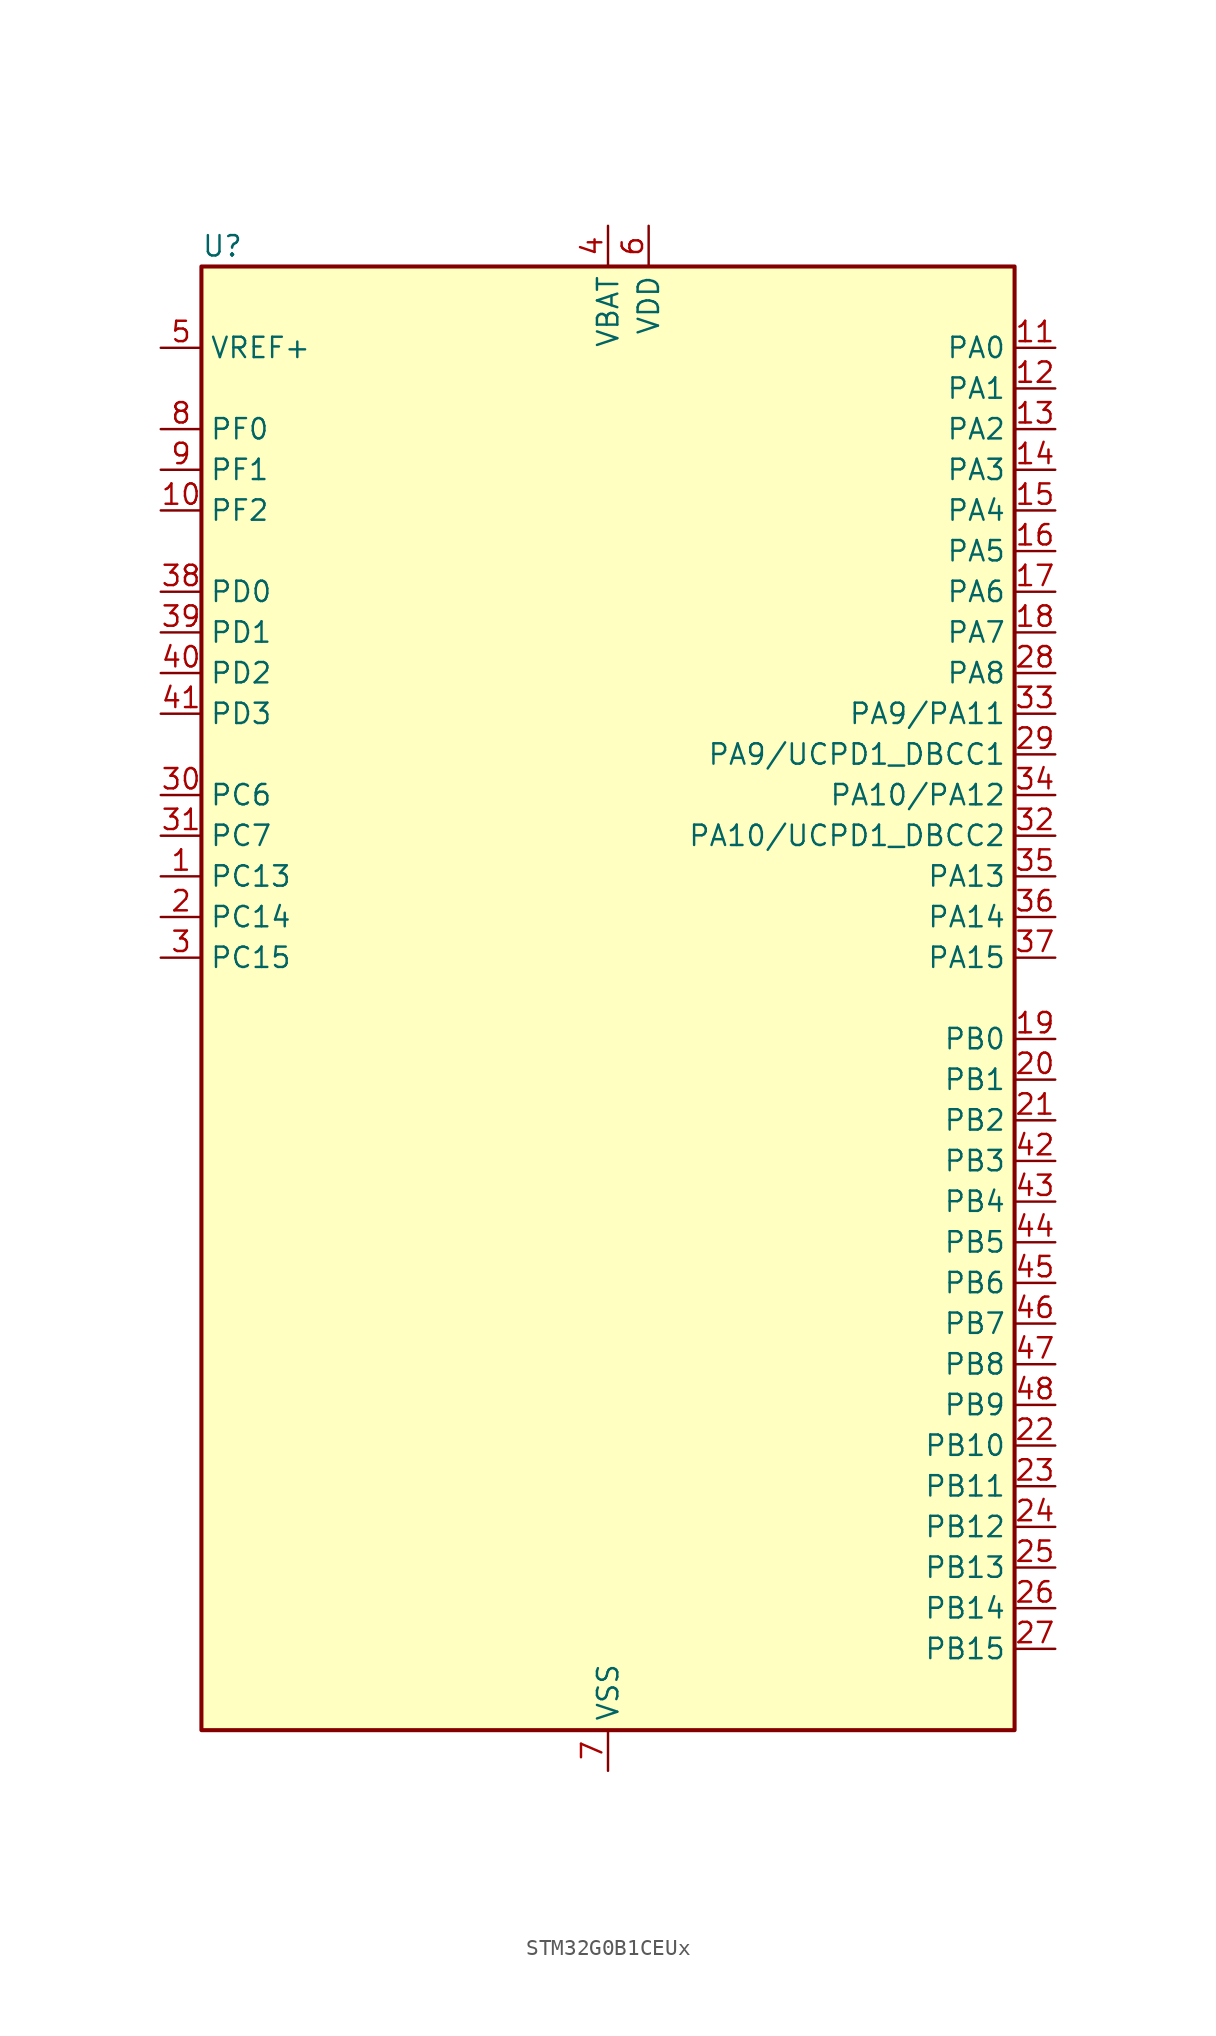
<source format=kicad_sym>
(kicad_symbol_lib
  (version 20241209)
  (generator "kicad_symbol_editor")
  (generator_version "9.0")
  (symbol "STM32G0B1CEUx"
    (property "Reference" "U"
      (at -25.4 46.99 0)
      (effects (font (size 1.27 1.27)) (justify left)))
    (property "Value" ""
      (at 5.08 46.99 0)
      (effects (font (size 1.27 1.27)) (justify left)))
    (symbol "STM32G0B1CEUx_0_1"
      (rectangle (start -25.4 -45.72) (end 25.4 45.72) (stroke (width 0.254) (type default)) (fill (type background))))
    (symbol "STM32G0B1CEUx_1_1"
      (pin input line (at -27.94 40.64 0) (length 2.54) (name "VREF+" (effects (font (size 1.27 1.27)))) (number "5" (effects (font (size 1.27 1.27)))) (alternate "VREFBUF_OUT" bidirectional line))
      (pin bidirectional line (at -27.94 35.56 0) (length 2.54) (name "PF0" (effects (font (size 1.27 1.27)))) (number "8" (effects (font (size 1.27 1.27)))) (alternate "CRS1_SYNC" bidirectional line) (alternate "RCC_OSC_IN" bidirectional line) (alternate "TIM14_CH1" bidirectional line))
      (pin bidirectional line (at -27.94 33.02 0) (length 2.54) (name "PF1" (effects (font (size 1.27 1.27)))) (number "9" (effects (font (size 1.27 1.27)))) (alternate "RCC_OSC_EN" bidirectional line) (alternate "RCC_OSC_OUT" bidirectional line) (alternate "TIM15_CH1N" bidirectional line))
      (pin bidirectional line (at -27.94 30.48 0) (length 2.54) (name "PF2" (effects (font (size 1.27 1.27)))) (number "10" (effects (font (size 1.27 1.27)))) (alternate "LPUART2_DE" bidirectional line) (alternate "LPUART2_RTS" bidirectional line) (alternate "LPUART2_TX" bidirectional line) (alternate "RCC_MCO" bidirectional line))
      (pin bidirectional line (at -27.94 25.4 0) (length 2.54) (name "PD0" (effects (font (size 1.27 1.27)))) (number "38" (effects (font (size 1.27 1.27)))) (alternate "FDCAN1_RX" bidirectional line) (alternate "I2S2_WS" bidirectional line) (alternate "SPI2_NSS" bidirectional line) (alternate "TIM16_CH1" bidirectional line) (alternate "UCPD2_CC1" bidirectional line))
      (pin bidirectional line (at -27.94 22.86 0) (length 2.54) (name "PD1" (effects (font (size 1.27 1.27)))) (number "39" (effects (font (size 1.27 1.27)))) (alternate "FDCAN1_TX" bidirectional line) (alternate "I2S2_CK" bidirectional line) (alternate "SPI2_SCK" bidirectional line) (alternate "TIM17_CH1" bidirectional line) (alternate "UCPD2_DBCC1" bidirectional line))
      (pin bidirectional line (at -27.94 20.32 0) (length 2.54) (name "PD2" (effects (font (size 1.27 1.27)))) (number "40" (effects (font (size 1.27 1.27)))) (alternate "TIM1_CH1N" bidirectional line) (alternate "TIM3_ETR" bidirectional line) (alternate "UCPD2_CC2" bidirectional line) (alternate "USART3_CK" bidirectional line) (alternate "USART3_DE" bidirectional line) (alternate "USART3_RTS" bidirectional line) (alternate "USART5_RX" bidirectional line))
      (pin bidirectional line (at -27.94 17.78 0) (length 2.54) (name "PD3" (effects (font (size 1.27 1.27)))) (number "41" (effects (font (size 1.27 1.27)))) (alternate "I2S2_MCK" bidirectional line) (alternate "SPI2_MISO" bidirectional line) (alternate "TIM1_CH2N" bidirectional line) (alternate "UCPD2_DBCC2" bidirectional line) (alternate "USART2_CTS" bidirectional line) (alternate "USART2_NSS" bidirectional line) (alternate "USART5_TX" bidirectional line))
      (pin bidirectional line (at -27.94 12.7 0) (length 2.54) (name "PC6" (effects (font (size 1.27 1.27)))) (number "30" (effects (font (size 1.27 1.27)))) (alternate "LPUART2_TX" bidirectional line) (alternate "TIM2_CH3" bidirectional line) (alternate "TIM3_CH1" bidirectional line) (alternate "UCPD1_FRSTX1" bidirectional line) (alternate "UCPD1_FRSTX2" bidirectional line))
      (pin bidirectional line (at -27.94 10.16 0) (length 2.54) (name "PC7" (effects (font (size 1.27 1.27)))) (number "31" (effects (font (size 1.27 1.27)))) (alternate "LPUART2_RX" bidirectional line) (alternate "TIM2_CH4" bidirectional line) (alternate "TIM3_CH2" bidirectional line) (alternate "UCPD2_FRSTX1" bidirectional line) (alternate "UCPD2_FRSTX2" bidirectional line))
      (pin bidirectional line (at -27.94 7.62 0) (length 2.54) (name "PC13" (effects (font (size 1.27 1.27)))) (number "1" (effects (font (size 1.27 1.27)))) (alternate "RTC_OUT1" bidirectional line) (alternate "RTC_TAMP_IN1" bidirectional line) (alternate "RTC_TS" bidirectional line) (alternate "SYS_WKUP2" bidirectional line) (alternate "TIM1_BK" bidirectional line))
      (pin bidirectional line (at -27.94 5.08 0) (length 2.54) (name "PC14" (effects (font (size 1.27 1.27)))) (number "2" (effects (font (size 1.27 1.27)))) (alternate "RCC_OSC32_IN" bidirectional line) (alternate "TIM1_BK2" bidirectional line))
      (pin bidirectional line (at -27.94 2.54 0) (length 2.54) (name "PC15" (effects (font (size 1.27 1.27)))) (number "3" (effects (font (size 1.27 1.27)))) (alternate "RCC_OSC32_EN" bidirectional line) (alternate "RCC_OSC32_OUT" bidirectional line) (alternate "RCC_OSC_EN" bidirectional line) (alternate "TIM15_BK" bidirectional line))
      (pin power_in line (at 0 48.26 270) (length 2.54) (name "VBAT" (effects (font (size 1.27 1.27)))) (number "4" (effects (font (size 1.27 1.27)))))
      (pin passive line (at 0 -48.26 90) (length 2.54) (hide yes) (name "VSS" (effects (font (size 1.27 1.27)))) (number "49" (effects (font (size 1.27 1.27)))))
      (pin power_in line (at 0 -48.26 90) (length 2.54) (name "VSS" (effects (font (size 1.27 1.27)))) (number "7" (effects (font (size 1.27 1.27)))))
      (pin power_in line (at 2.54 48.26 270) (length 2.54) (name "VDD" (effects (font (size 1.27 1.27)))) (number "6" (effects (font (size 1.27 1.27)))))
      (pin bidirectional line (at 27.94 40.64 180) (length 2.54) (name "PA0" (effects (font (size 1.27 1.27)))) (number "11" (effects (font (size 1.27 1.27)))) (alternate "ADC1_IN0" bidirectional line) (alternate "COMP1_INM" bidirectional line) (alternate "COMP1_OUT" bidirectional line) (alternate "I2S2_CK" bidirectional line) (alternate "LPTIM1_OUT" bidirectional line) (alternate "RTC_TAMP_IN2" bidirectional line) (alternate "SPI2_SCK" bidirectional line) (alternate "SYS_WKUP1" bidirectional line) (alternate "TIM2_CH1" bidirectional line) (alternate "TIM2_ETR" bidirectional line) (alternate "UCPD2_FRSTX1" bidirectional line) (alternate "UCPD2_FRSTX2" bidirectional line) (alternate "USART2_CTS" bidirectional line) (alternate "USART2_NSS" bidirectional line) (alternate "USART4_TX" bidirectional line))
      (pin bidirectional line (at 27.94 38.1 180) (length 2.54) (name "PA1" (effects (font (size 1.27 1.27)))) (number "12" (effects (font (size 1.27 1.27)))) (alternate "ADC1_IN1" bidirectional line) (alternate "COMP1_INP" bidirectional line) (alternate "I2C1_SMBA" bidirectional line) (alternate "I2S1_CK" bidirectional line) (alternate "SPI1_SCK" bidirectional line) (alternate "TIM15_CH1N" bidirectional line) (alternate "TIM2_CH2" bidirectional line) (alternate "USART2_CK" bidirectional line) (alternate "USART2_DE" bidirectional line) (alternate "USART2_RTS" bidirectional line) (alternate "USART4_RX" bidirectional line))
      (pin bidirectional line (at 27.94 35.56 180) (length 2.54) (name "PA2" (effects (font (size 1.27 1.27)))) (number "13" (effects (font (size 1.27 1.27)))) (alternate "ADC1_IN2" bidirectional line) (alternate "COMP2_INM" bidirectional line) (alternate "COMP2_OUT" bidirectional line) (alternate "I2S1_SD" bidirectional line) (alternate "LPUART1_TX" bidirectional line) (alternate "RCC_LSCO" bidirectional line) (alternate "SPI1_MOSI" bidirectional line) (alternate "SYS_WKUP4" bidirectional line) (alternate "TIM15_CH1" bidirectional line) (alternate "TIM2_CH3" bidirectional line) (alternate "UCPD1_FRSTX1" bidirectional line) (alternate "UCPD1_FRSTX2" bidirectional line) (alternate "USART2_TX" bidirectional line))
      (pin bidirectional line (at 27.94 33.02 180) (length 2.54) (name "PA3" (effects (font (size 1.27 1.27)))) (number "14" (effects (font (size 1.27 1.27)))) (alternate "ADC1_IN3" bidirectional line) (alternate "COMP2_INP" bidirectional line) (alternate "I2S2_MCK" bidirectional line) (alternate "LPUART1_RX" bidirectional line) (alternate "SPI2_MISO" bidirectional line) (alternate "TIM15_CH2" bidirectional line) (alternate "TIM2_CH4" bidirectional line) (alternate "UCPD2_FRSTX1" bidirectional line) (alternate "UCPD2_FRSTX2" bidirectional line) (alternate "USART2_RX" bidirectional line))
      (pin bidirectional line (at 27.94 30.48 180) (length 2.54) (name "PA4" (effects (font (size 1.27 1.27)))) (number "15" (effects (font (size 1.27 1.27)))) (alternate "ADC1_IN4" bidirectional line) (alternate "DAC1_OUT1" bidirectional line) (alternate "I2S1_WS" bidirectional line) (alternate "I2S2_SD" bidirectional line) (alternate "LPTIM2_OUT" bidirectional line) (alternate "RTC_OUT2" bidirectional line) (alternate "SPI1_NSS" bidirectional line) (alternate "SPI2_MOSI" bidirectional line) (alternate "SPI3_NSS" bidirectional line) (alternate "TIM14_CH1" bidirectional line) (alternate "UCPD2_FRSTX1" bidirectional line) (alternate "UCPD2_FRSTX2" bidirectional line) (alternate "USART6_TX" bidirectional line) (alternate "USB_NOE" bidirectional line))
      (pin bidirectional line (at 27.94 27.94 180) (length 2.54) (name "PA5" (effects (font (size 1.27 1.27)))) (number "16" (effects (font (size 1.27 1.27)))) (alternate "ADC1_IN5" bidirectional line) (alternate "CEC" bidirectional line) (alternate "DAC1_OUT2" bidirectional line) (alternate "I2S1_CK" bidirectional line) (alternate "LPTIM2_ETR" bidirectional line) (alternate "SPI1_SCK" bidirectional line) (alternate "TIM2_CH1" bidirectional line) (alternate "TIM2_ETR" bidirectional line) (alternate "UCPD1_FRSTX1" bidirectional line) (alternate "UCPD1_FRSTX2" bidirectional line) (alternate "USART3_TX" bidirectional line) (alternate "USART6_RX" bidirectional line))
      (pin bidirectional line (at 27.94 25.4 180) (length 2.54) (name "PA6" (effects (font (size 1.27 1.27)))) (number "17" (effects (font (size 1.27 1.27)))) (alternate "ADC1_IN6" bidirectional line) (alternate "COMP1_OUT" bidirectional line) (alternate "I2C2_SDA" bidirectional line) (alternate "I2C3_SDA" bidirectional line) (alternate "I2S1_MCK" bidirectional line) (alternate "LPUART1_CTS" bidirectional line) (alternate "SPI1_MISO" bidirectional line) (alternate "TIM16_CH1" bidirectional line) (alternate "TIM1_BK" bidirectional line) (alternate "TIM3_CH1" bidirectional line) (alternate "USART3_CTS" bidirectional line) (alternate "USART3_NSS" bidirectional line) (alternate "USART6_CTS" bidirectional line) (alternate "USART6_NSS" bidirectional line))
      (pin bidirectional line (at 27.94 22.86 180) (length 2.54) (name "PA7" (effects (font (size 1.27 1.27)))) (number "18" (effects (font (size 1.27 1.27)))) (alternate "ADC1_IN7" bidirectional line) (alternate "COMP2_OUT" bidirectional line) (alternate "I2C2_SCL" bidirectional line) (alternate "I2C3_SCL" bidirectional line) (alternate "I2S1_SD" bidirectional line) (alternate "SPI1_MOSI" bidirectional line) (alternate "TIM14_CH1" bidirectional line) (alternate "TIM17_CH1" bidirectional line) (alternate "TIM1_CH1N" bidirectional line) (alternate "TIM3_CH2" bidirectional line) (alternate "UCPD1_FRSTX1" bidirectional line) (alternate "UCPD1_FRSTX2" bidirectional line) (alternate "USART6_CK" bidirectional line) (alternate "USART6_DE" bidirectional line) (alternate "USART6_RTS" bidirectional line))
      (pin bidirectional line (at 27.94 20.32 180) (length 2.54) (name "PA8" (effects (font (size 1.27 1.27)))) (number "28" (effects (font (size 1.27 1.27)))) (alternate "CRS1_SYNC" bidirectional line) (alternate "I2C2_SMBA" bidirectional line) (alternate "I2S2_WS" bidirectional line) (alternate "LPTIM2_OUT" bidirectional line) (alternate "RCC_MCO" bidirectional line) (alternate "SPI2_NSS" bidirectional line) (alternate "TIM1_CH1" bidirectional line) (alternate "UCPD1_CC1" bidirectional line))
      (pin bidirectional line (at 27.94 17.78 180) (length 2.54) (name "PA9/PA11" (effects (font (size 1.27 1.27)))) (number "33" (effects (font (size 1.27 1.27)))) (alternate "ADC1_EXTI11 (PA11)" bidirectional line) (alternate "COMP1_OUT (PA11)" bidirectional line) (alternate "DAC1_EXTI9 (PA9)" bidirectional line) (alternate "FDCAN1_RX (PA11)" bidirectional line) (alternate "I2C1_SCL (PA9)" bidirectional line) (alternate "I2C2_SCL (PA11)" bidirectional line) (alternate "I2C2_SCL (PA9)" bidirectional line) (alternate "I2S1_MCK (PA11)" bidirectional line) (alternate "I2S2_MCK (PA9)" bidirectional line) (alternate "PA11" bidirectional line) (alternate "PA9" bidirectional line) (alternate "RCC_MCO (PA9)" bidirectional line) (alternate "SPI1_MISO (PA11)" bidirectional line) (alternate "SPI2_MISO (PA9)" bidirectional line) (alternate "TIM15_BK (PA9)" bidirectional line) (alternate "TIM1_BK2 (PA11)" bidirectional line) (alternate "TIM1_CH2 (PA9)" bidirectional line) (alternate "TIM1_CH4 (PA11)" bidirectional line) (alternate "UCPD1_DBCC1 (PA9)" bidirectional line) (alternate "USART1_CTS (PA11)" bidirectional line) (alternate "USART1_NSS (PA11)" bidirectional line) (alternate "USART1_TX (PA9)" bidirectional line) (alternate "USB_DM (PA11)" bidirectional line))
      (pin bidirectional line (at 27.94 15.24 180) (length 2.54) (name "PA9/UCPD1_DBCC1" (effects (font (size 1.27 1.27)))) (number "29" (effects (font (size 1.27 1.27)))) (alternate "DAC1_EXTI9 (PA9)" bidirectional line) (alternate "I2C1_SCL (PA9)" bidirectional line) (alternate "I2C2_SCL (PA9)" bidirectional line) (alternate "I2S2_MCK (PA9)" bidirectional line) (alternate "PA9" bidirectional line) (alternate "RCC_MCO (PA9)" bidirectional line) (alternate "SPI2_MISO (PA9)" bidirectional line) (alternate "TIM15_BK (PA9)" bidirectional line) (alternate "TIM1_CH2 (PA9)" bidirectional line) (alternate "UCPD1_DBCC1" bidirectional line) (alternate "UCPD1_DBCC1 (PA9)" bidirectional line) (alternate "UCPD1_DBCC1 (UCPD1_DBCC1)" bidirectional line) (alternate "USART1_TX (PA9)" bidirectional line))
      (pin bidirectional line (at 27.94 12.7 180) (length 2.54) (name "PA10/PA12" (effects (font (size 1.27 1.27)))) (number "34" (effects (font (size 1.27 1.27)))) (alternate "COMP2_OUT (PA12)" bidirectional line) (alternate "FDCAN1_TX (PA12)" bidirectional line) (alternate "I2C1_SDA (PA10)" bidirectional line) (alternate "I2C2_SDA (PA10)" bidirectional line) (alternate "I2C2_SDA (PA12)" bidirectional line) (alternate "I2S1_SD (PA12)" bidirectional line) (alternate "I2S2_SD (PA10)" bidirectional line) (alternate "I2S_CKIN (PA12)" bidirectional line) (alternate "PA10" bidirectional line) (alternate "PA12" bidirectional line) (alternate "RCC_MCO_2 (PA10)" bidirectional line) (alternate "SPI1_MOSI (PA12)" bidirectional line) (alternate "SPI2_MOSI (PA10)" bidirectional line) (alternate "TIM17_BK (PA10)" bidirectional line) (alternate "TIM1_CH3 (PA10)" bidirectional line) (alternate "TIM1_ETR (PA12)" bidirectional line) (alternate "UCPD1_DBCC2 (PA10)" bidirectional line) (alternate "USART1_CK (PA12)" bidirectional line) (alternate "USART1_DE (PA12)" bidirectional line) (alternate "USART1_RTS (PA12)" bidirectional line) (alternate "USART1_RX (PA10)" bidirectional line) (alternate "USB_DP (PA12)" bidirectional line))
      (pin bidirectional line (at 27.94 10.16 180) (length 2.54) (name "PA10/UCPD1_DBCC2" (effects (font (size 1.27 1.27)))) (number "32" (effects (font (size 1.27 1.27)))) (alternate "I2C1_SDA (PA10)" bidirectional line) (alternate "I2C2_SDA (PA10)" bidirectional line) (alternate "I2S2_SD (PA10)" bidirectional line) (alternate "PA10" bidirectional line) (alternate "RCC_MCO_2 (PA10)" bidirectional line) (alternate "SPI2_MOSI (PA10)" bidirectional line) (alternate "TIM17_BK (PA10)" bidirectional line) (alternate "TIM1_CH3 (PA10)" bidirectional line) (alternate "UCPD1_DBCC2" bidirectional line) (alternate "UCPD1_DBCC2 (PA10)" bidirectional line) (alternate "UCPD1_DBCC2 (UCPD1_DBCC2)" bidirectional line) (alternate "USART1_RX (PA10)" bidirectional line))
      (pin bidirectional line (at 27.94 7.62 180) (length 2.54) (name "PA13" (effects (font (size 1.27 1.27)))) (number "35" (effects (font (size 1.27 1.27)))) (alternate "IR_OUT" bidirectional line) (alternate "LPUART2_RX" bidirectional line) (alternate "SYS_SWDIO" bidirectional line) (alternate "USB_NOE" bidirectional line))
      (pin bidirectional line (at 27.94 5.08 180) (length 2.54) (name "PA14" (effects (font (size 1.27 1.27)))) (number "36" (effects (font (size 1.27 1.27)))) (alternate "LPUART2_TX" bidirectional line) (alternate "SYS_SWCLK" bidirectional line) (alternate "USART2_TX" bidirectional line))
      (pin bidirectional line (at 27.94 2.54 180) (length 2.54) (name "PA15" (effects (font (size 1.27 1.27)))) (number "37" (effects (font (size 1.27 1.27)))) (alternate "I2C2_SMBA" bidirectional line) (alternate "I2S1_WS" bidirectional line) (alternate "RCC_MCO_2" bidirectional line) (alternate "SPI1_NSS" bidirectional line) (alternate "SPI3_NSS" bidirectional line) (alternate "TIM2_CH1" bidirectional line) (alternate "TIM2_ETR" bidirectional line) (alternate "USART2_RX" bidirectional line) (alternate "USART3_CK" bidirectional line) (alternate "USART3_DE" bidirectional line) (alternate "USART3_RTS" bidirectional line) (alternate "USART4_CK" bidirectional line) (alternate "USART4_DE" bidirectional line) (alternate "USART4_RTS" bidirectional line) (alternate "USB_NOE" bidirectional line))
      (pin bidirectional line (at 27.94 -2.54 180) (length 2.54) (name "PB0" (effects (font (size 1.27 1.27)))) (number "19" (effects (font (size 1.27 1.27)))) (alternate "ADC1_IN8" bidirectional line) (alternate "COMP1_OUT" bidirectional line) (alternate "COMP3_INP" bidirectional line) (alternate "FDCAN2_RX" bidirectional line) (alternate "I2S1_WS" bidirectional line) (alternate "LPTIM1_OUT" bidirectional line) (alternate "LPUART2_CTS" bidirectional line) (alternate "SPI1_NSS" bidirectional line) (alternate "TIM1_CH2N" bidirectional line) (alternate "TIM3_CH3" bidirectional line) (alternate "UCPD1_FRSTX1" bidirectional line) (alternate "UCPD1_FRSTX2" bidirectional line) (alternate "USART3_RX" bidirectional line) (alternate "USART5_TX" bidirectional line))
      (pin bidirectional line (at 27.94 -5.08 180) (length 2.54) (name "PB1" (effects (font (size 1.27 1.27)))) (number "20" (effects (font (size 1.27 1.27)))) (alternate "ADC1_IN9" bidirectional line) (alternate "COMP1_INM" bidirectional line) (alternate "COMP3_OUT" bidirectional line) (alternate "FDCAN2_TX" bidirectional line) (alternate "LPTIM2_IN1" bidirectional line) (alternate "LPUART1_DE" bidirectional line) (alternate "LPUART1_RTS" bidirectional line) (alternate "LPUART2_DE" bidirectional line) (alternate "LPUART2_RTS" bidirectional line) (alternate "TIM14_CH1" bidirectional line) (alternate "TIM1_CH3N" bidirectional line) (alternate "TIM3_CH4" bidirectional line) (alternate "USART3_CK" bidirectional line) (alternate "USART3_DE" bidirectional line) (alternate "USART3_RTS" bidirectional line) (alternate "USART5_RX" bidirectional line))
      (pin bidirectional line (at 27.94 -7.62 180) (length 2.54) (name "PB2" (effects (font (size 1.27 1.27)))) (number "21" (effects (font (size 1.27 1.27)))) (alternate "ADC1_IN10" bidirectional line) (alternate "COMP1_INP" bidirectional line) (alternate "COMP3_INM" bidirectional line) (alternate "I2S2_MCK" bidirectional line) (alternate "LPTIM1_OUT" bidirectional line) (alternate "RCC_MCO_2" bidirectional line) (alternate "SPI2_MISO" bidirectional line) (alternate "USART3_TX" bidirectional line))
      (pin bidirectional line (at 27.94 -10.16 180) (length 2.54) (name "PB3" (effects (font (size 1.27 1.27)))) (number "42" (effects (font (size 1.27 1.27)))) (alternate "COMP2_INM" bidirectional line) (alternate "I2C2_SCL" bidirectional line) (alternate "I2C3_SCL" bidirectional line) (alternate "I2S1_CK" bidirectional line) (alternate "SPI1_SCK" bidirectional line) (alternate "SPI3_SCK" bidirectional line) (alternate "TIM1_CH2" bidirectional line) (alternate "TIM2_CH2" bidirectional line) (alternate "USART1_CK" bidirectional line) (alternate "USART1_DE" bidirectional line) (alternate "USART1_RTS" bidirectional line) (alternate "USART5_TX" bidirectional line))
      (pin bidirectional line (at 27.94 -12.7 180) (length 2.54) (name "PB4" (effects (font (size 1.27 1.27)))) (number "43" (effects (font (size 1.27 1.27)))) (alternate "COMP2_INP" bidirectional line) (alternate "I2C2_SDA" bidirectional line) (alternate "I2C3_SDA" bidirectional line) (alternate "I2S1_MCK" bidirectional line) (alternate "SPI1_MISO" bidirectional line) (alternate "SPI3_MISO" bidirectional line) (alternate "TIM17_BK" bidirectional line) (alternate "TIM3_CH1" bidirectional line) (alternate "USART1_CTS" bidirectional line) (alternate "USART1_NSS" bidirectional line) (alternate "USART5_RX" bidirectional line))
      (pin bidirectional line (at 27.94 -15.24 180) (length 2.54) (name "PB5" (effects (font (size 1.27 1.27)))) (number "44" (effects (font (size 1.27 1.27)))) (alternate "COMP2_OUT" bidirectional line) (alternate "FDCAN2_RX" bidirectional line) (alternate "I2C1_SMBA" bidirectional line) (alternate "I2S1_SD" bidirectional line) (alternate "LPTIM1_IN1" bidirectional line) (alternate "SPI1_MOSI" bidirectional line) (alternate "SPI3_MOSI" bidirectional line) (alternate "SYS_WKUP6" bidirectional line) (alternate "TIM16_BK" bidirectional line) (alternate "TIM3_CH2" bidirectional line) (alternate "USART5_CK" bidirectional line) (alternate "USART5_DE" bidirectional line) (alternate "USART5_RTS" bidirectional line))
      (pin bidirectional line (at 27.94 -17.78 180) (length 2.54) (name "PB6" (effects (font (size 1.27 1.27)))) (number "45" (effects (font (size 1.27 1.27)))) (alternate "COMP2_INP" bidirectional line) (alternate "FDCAN2_TX" bidirectional line) (alternate "I2C1_SCL" bidirectional line) (alternate "I2S2_MCK" bidirectional line) (alternate "LPTIM1_ETR" bidirectional line) (alternate "LPUART2_TX" bidirectional line) (alternate "SPI2_MISO" bidirectional line) (alternate "TIM16_CH1N" bidirectional line) (alternate "TIM1_CH3" bidirectional line) (alternate "TIM4_CH1" bidirectional line) (alternate "USART1_TX" bidirectional line) (alternate "USART5_CTS" bidirectional line) (alternate "USART5_NSS" bidirectional line))
      (pin bidirectional line (at 27.94 -20.32 180) (length 2.54) (name "PB7" (effects (font (size 1.27 1.27)))) (number "46" (effects (font (size 1.27 1.27)))) (alternate "COMP2_INM" bidirectional line) (alternate "I2C1_SDA" bidirectional line) (alternate "I2S2_SD" bidirectional line) (alternate "LPTIM1_IN2" bidirectional line) (alternate "LPUART2_RX" bidirectional line) (alternate "SPI2_MOSI" bidirectional line) (alternate "SYS_PVD_IN" bidirectional line) (alternate "TIM17_CH1N" bidirectional line) (alternate "TIM4_CH2" bidirectional line) (alternate "USART1_RX" bidirectional line) (alternate "USART4_CTS" bidirectional line) (alternate "USART4_NSS" bidirectional line))
      (pin bidirectional line (at 27.94 -22.86 180) (length 2.54) (name "PB8" (effects (font (size 1.27 1.27)))) (number "47" (effects (font (size 1.27 1.27)))) (alternate "CEC" bidirectional line) (alternate "FDCAN1_RX" bidirectional line) (alternate "I2C1_SCL" bidirectional line) (alternate "I2S2_CK" bidirectional line) (alternate "SPI2_SCK" bidirectional line) (alternate "TIM15_BK" bidirectional line) (alternate "TIM16_CH1" bidirectional line) (alternate "TIM4_CH3" bidirectional line) (alternate "USART3_TX" bidirectional line) (alternate "USART6_TX" bidirectional line))
      (pin bidirectional line (at 27.94 -25.4 180) (length 2.54) (name "PB9" (effects (font (size 1.27 1.27)))) (number "48" (effects (font (size 1.27 1.27)))) (alternate "DAC1_EXTI9" bidirectional line) (alternate "FDCAN1_TX" bidirectional line) (alternate "I2C1_SDA" bidirectional line) (alternate "I2S2_WS" bidirectional line) (alternate "IR_OUT" bidirectional line) (alternate "SPI2_NSS" bidirectional line) (alternate "TIM17_CH1" bidirectional line) (alternate "TIM4_CH4" bidirectional line) (alternate "UCPD2_FRSTX1" bidirectional line) (alternate "UCPD2_FRSTX2" bidirectional line) (alternate "USART3_RX" bidirectional line) (alternate "USART6_RX" bidirectional line))
      (pin bidirectional line (at 27.94 -27.94 180) (length 2.54) (name "PB10" (effects (font (size 1.27 1.27)))) (number "22" (effects (font (size 1.27 1.27)))) (alternate "ADC1_IN11" bidirectional line) (alternate "CEC" bidirectional line) (alternate "COMP1_OUT" bidirectional line) (alternate "I2C2_SCL" bidirectional line) (alternate "I2S2_CK" bidirectional line) (alternate "LPUART1_RX" bidirectional line) (alternate "SPI2_SCK" bidirectional line) (alternate "TIM2_CH3" bidirectional line) (alternate "USART3_TX" bidirectional line))
      (pin bidirectional line (at 27.94 -30.48 180) (length 2.54) (name "PB11" (effects (font (size 1.27 1.27)))) (number "23" (effects (font (size 1.27 1.27)))) (alternate "ADC1_EXTI11" bidirectional line) (alternate "ADC1_IN15" bidirectional line) (alternate "COMP2_OUT" bidirectional line) (alternate "I2C2_SDA" bidirectional line) (alternate "I2S2_SD" bidirectional line) (alternate "LPUART1_TX" bidirectional line) (alternate "SPI2_MOSI" bidirectional line) (alternate "TIM2_CH4" bidirectional line) (alternate "USART3_RX" bidirectional line))
      (pin bidirectional line (at 27.94 -33.02 180) (length 2.54) (name "PB12" (effects (font (size 1.27 1.27)))) (number "24" (effects (font (size 1.27 1.27)))) (alternate "ADC1_IN16" bidirectional line) (alternate "FDCAN2_RX" bidirectional line) (alternate "I2C2_SMBA" bidirectional line) (alternate "I2S2_WS" bidirectional line) (alternate "LPUART1_DE" bidirectional line) (alternate "LPUART1_RTS" bidirectional line) (alternate "SPI2_NSS" bidirectional line) (alternate "TIM15_BK" bidirectional line) (alternate "TIM1_BK" bidirectional line) (alternate "UCPD2_FRSTX1" bidirectional line) (alternate "UCPD2_FRSTX2" bidirectional line))
      (pin bidirectional line (at 27.94 -35.56 180) (length 2.54) (name "PB13" (effects (font (size 1.27 1.27)))) (number "25" (effects (font (size 1.27 1.27)))) (alternate "FDCAN2_TX" bidirectional line) (alternate "I2C2_SCL" bidirectional line) (alternate "I2S2_CK" bidirectional line) (alternate "LPUART1_CTS" bidirectional line) (alternate "SPI2_SCK" bidirectional line) (alternate "TIM15_CH1N" bidirectional line) (alternate "TIM1_CH1N" bidirectional line) (alternate "USART3_CTS" bidirectional line) (alternate "USART3_NSS" bidirectional line))
      (pin bidirectional line (at 27.94 -38.1 180) (length 2.54) (name "PB14" (effects (font (size 1.27 1.27)))) (number "26" (effects (font (size 1.27 1.27)))) (alternate "I2C2_SDA" bidirectional line) (alternate "I2S2_MCK" bidirectional line) (alternate "SPI2_MISO" bidirectional line) (alternate "TIM15_CH1" bidirectional line) (alternate "TIM1_CH2N" bidirectional line) (alternate "UCPD1_FRSTX1" bidirectional line) (alternate "UCPD1_FRSTX2" bidirectional line) (alternate "USART3_CK" bidirectional line) (alternate "USART3_DE" bidirectional line) (alternate "USART3_RTS" bidirectional line) (alternate "USART6_CK" bidirectional line) (alternate "USART6_DE" bidirectional line) (alternate "USART6_RTS" bidirectional line))
      (pin bidirectional line (at 27.94 -40.64 180) (length 2.54) (name "PB15" (effects (font (size 1.27 1.27)))) (number "27" (effects (font (size 1.27 1.27)))) (alternate "I2S2_SD" bidirectional line) (alternate "RTC_REFIN" bidirectional line) (alternate "SPI2_MOSI" bidirectional line) (alternate "TIM15_CH1N" bidirectional line) (alternate "TIM15_CH2" bidirectional line) (alternate "TIM1_CH3N" bidirectional line) (alternate "UCPD1_CC2" bidirectional line) (alternate "USART6_CTS" bidirectional line) (alternate "USART6_NSS" bidirectional line)))))
</source>
